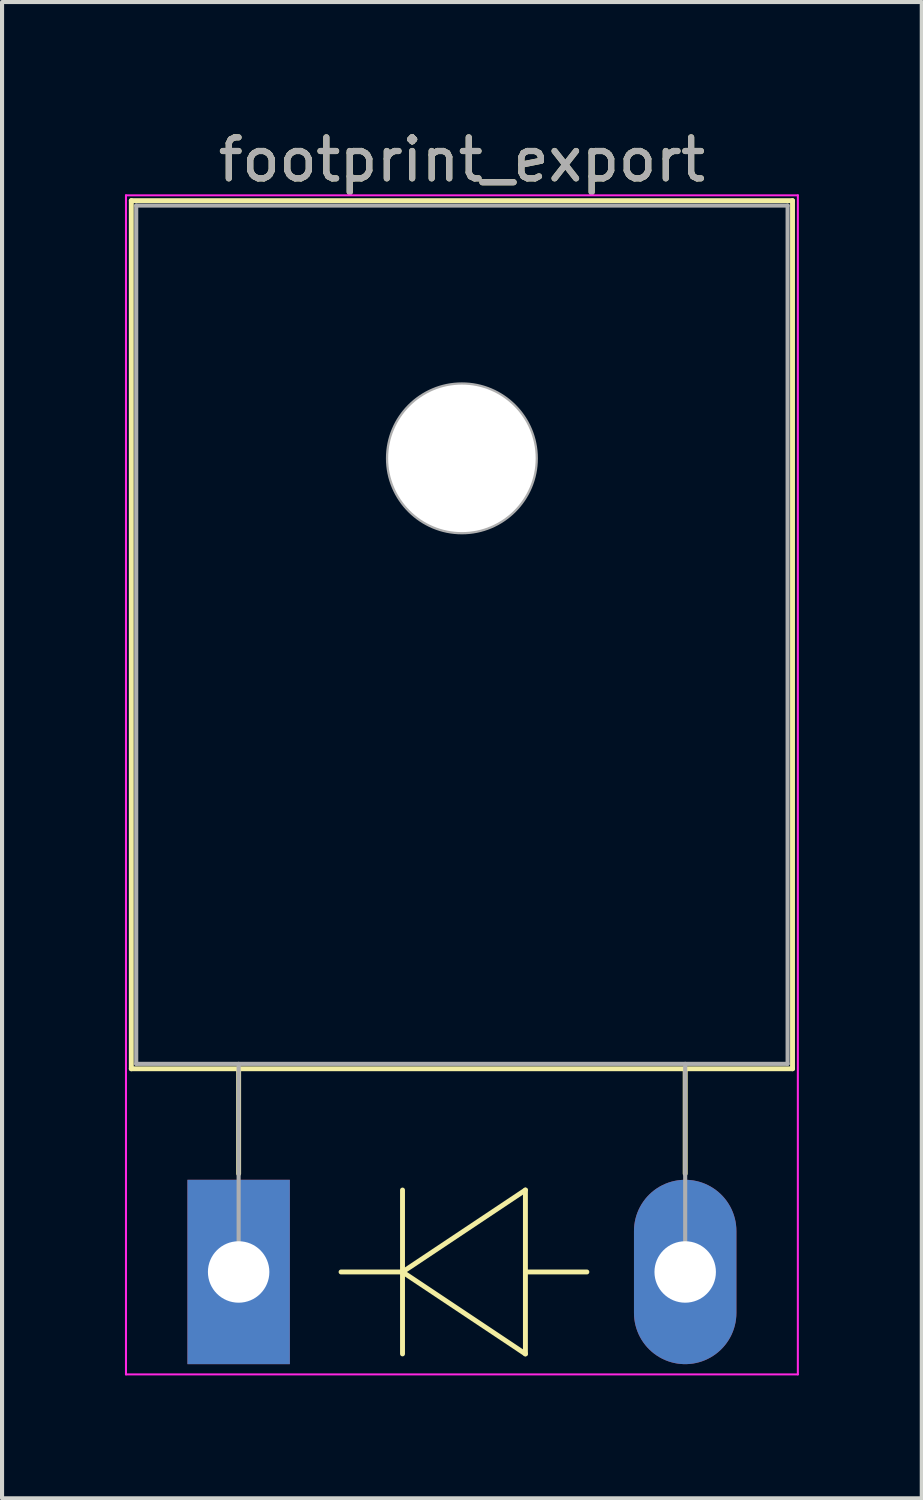
<source format=kicad_pcb>
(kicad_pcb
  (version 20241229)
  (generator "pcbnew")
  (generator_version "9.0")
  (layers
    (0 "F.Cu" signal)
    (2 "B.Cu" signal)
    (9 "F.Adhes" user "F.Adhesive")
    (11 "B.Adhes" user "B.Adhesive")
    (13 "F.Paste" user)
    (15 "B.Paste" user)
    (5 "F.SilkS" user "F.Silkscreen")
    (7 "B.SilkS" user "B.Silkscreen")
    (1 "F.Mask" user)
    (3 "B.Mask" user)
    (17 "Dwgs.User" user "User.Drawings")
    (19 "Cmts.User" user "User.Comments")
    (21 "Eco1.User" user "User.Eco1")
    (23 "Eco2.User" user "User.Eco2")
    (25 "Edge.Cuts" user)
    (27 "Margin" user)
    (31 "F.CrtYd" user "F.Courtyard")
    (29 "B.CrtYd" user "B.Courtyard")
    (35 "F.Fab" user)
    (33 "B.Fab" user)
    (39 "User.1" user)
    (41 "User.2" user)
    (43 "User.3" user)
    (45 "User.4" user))
  (footprint "footprint_export"
    (layer "F.Cu")
    (at 2.775 27.998)
    (property "Reference" "footprint_export" (at 5.45 -27.15 0) (layer "F.SilkS") (effects (font (size 1 1) (thickness 0.15))))
    (attr through_hole)
    (fp_line (start -2.62 -26.15) (end -2.62 -4.96) (stroke (width 0.12) (type solid)) (layer "F.SilkS"))
    (fp_line (start -2.62 -26.15) (end 13.52 -26.15) (stroke (width 0.12) (type solid)) (layer "F.SilkS"))
    (fp_line (start -2.62 -4.96) (end 13.52 -4.96) (stroke (width 0.12) (type solid)) (layer "F.SilkS"))
    (fp_line (start 0 -4.96) (end 0 -2.4) (stroke (width 0.12) (type solid)) (layer "F.SilkS"))
    (fp_line (start 4 -2) (end 4 2) (stroke (width 0.12) (type solid)) (layer "F.SilkS"))
    (fp_line (start 4 0) (end 2.5 0) (stroke (width 0.12) (type solid)) (layer "F.SilkS"))
    (fp_line (start 4 0) (end 7 -2) (stroke (width 0.12) (type solid)) (layer "F.SilkS"))
    (fp_line (start 7 -2) (end 7 2) (stroke (width 0.12) (type solid)) (layer "F.SilkS"))
    (fp_line (start 7 0) (end 8.5 0) (stroke (width 0.12) (type solid)) (layer "F.SilkS"))
    (fp_line (start 7 2) (end 4 0) (stroke (width 0.12) (type solid)) (layer "F.SilkS"))
    (fp_line (start 10.9 -4.96) (end 10.9 -2.4) (stroke (width 0.12) (type solid)) (layer "F.SilkS"))
    (fp_line (start 13.52 -26.15) (end 13.52 -4.96) (stroke (width 0.12) (type solid)) (layer "F.SilkS"))
    (fp_line (start -2.75 -26.28) (end -2.75 2.5) (stroke (width 0.05) (type solid)) (layer "F.CrtYd"))
    (fp_line (start -2.75 2.5) (end 13.65 2.5) (stroke (width 0.05) (type solid)) (layer "F.CrtYd"))
    (fp_line (start 13.65 -26.28) (end -2.75 -26.28) (stroke (width 0.05) (type solid)) (layer "F.CrtYd"))
    (fp_line (start 13.65 2.5) (end 13.65 -26.28) (stroke (width 0.05) (type solid)) (layer "F.CrtYd"))
    (fp_line (start -2.5 -26.03) (end 13.4 -26.03) (stroke (width 0.1) (type solid)) (layer "F.Fab"))
    (fp_line (start -2.5 -5.08) (end -2.5 -26.03) (stroke (width 0.1) (type solid)) (layer "F.Fab"))
    (fp_line (start 0 -5.08) (end 0 0) (stroke (width 0.1) (type solid)) (layer "F.Fab"))
    (fp_line (start 10.9 -5.08) (end 10.9 0) (stroke (width 0.1) (type solid)) (layer "F.Fab"))
    (fp_line (start 13.4 -26.03) (end 13.4 -5.08) (stroke (width 0.1) (type solid)) (layer "F.Fab"))
    (fp_line (start 13.4 -5.08) (end -2.5 -5.08) (stroke (width 0.1) (type solid)) (layer "F.Fab"))
    (fp_circle (center 5.45 -19.86) (end 7.255 -19.86) (stroke (width 0.1) (type solid)) (fill no) (layer "F.Fab"))
    (fp_text user "${REFERENCE}" (at 5.45 -27.15 0) (layer "F.Fab") (effects (font (size 1 1) (thickness 0.15))))
    (pad "" np_thru_hole oval (at 5.45 -19.86) (size 3.6 3.6) (drill 3.6) (layers "*.Cu" "*.Mask"))
    (pad "1" thru_hole rect (at 0 0) (size 2.5 4.5) (drill 1.5) (layers "*.Cu" "*.Mask"))
    (pad "2" thru_hole oval (at 10.9 0) (size 2.5 4.5) (drill 1.5) (layers "*.Cu" "*.Mask")))
  (gr_rect
    (start -3 -3)
    (end 19.45 33.523)
    (stroke (width 0.1) (type default))
    (fill no)
    (layer "Edge.Cuts")))
</source>
